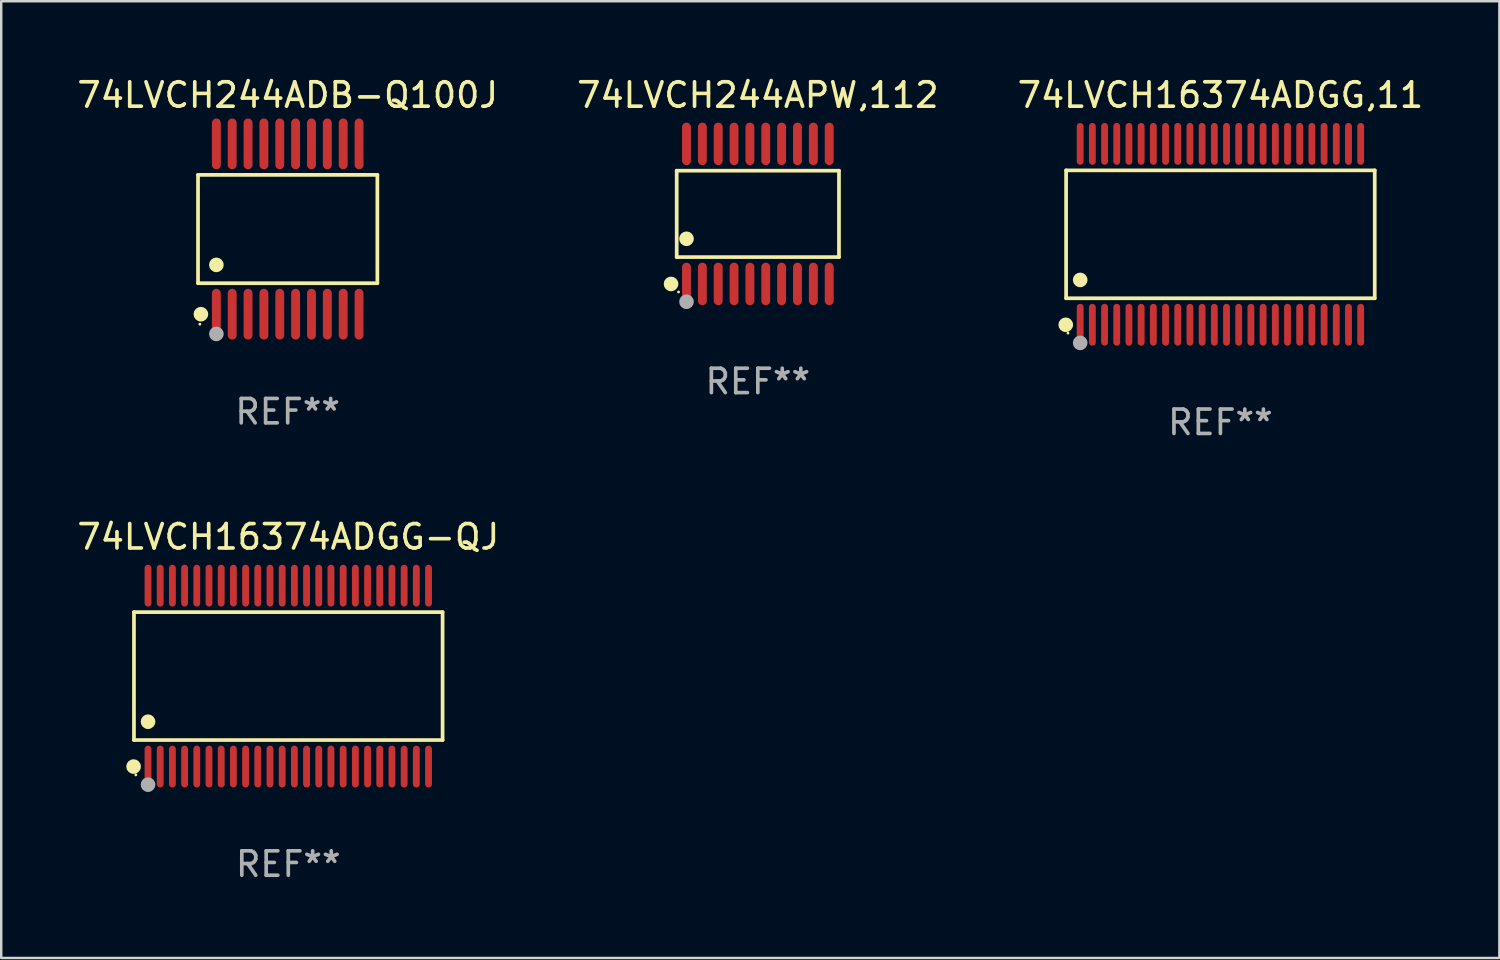
<source format=kicad_pcb>
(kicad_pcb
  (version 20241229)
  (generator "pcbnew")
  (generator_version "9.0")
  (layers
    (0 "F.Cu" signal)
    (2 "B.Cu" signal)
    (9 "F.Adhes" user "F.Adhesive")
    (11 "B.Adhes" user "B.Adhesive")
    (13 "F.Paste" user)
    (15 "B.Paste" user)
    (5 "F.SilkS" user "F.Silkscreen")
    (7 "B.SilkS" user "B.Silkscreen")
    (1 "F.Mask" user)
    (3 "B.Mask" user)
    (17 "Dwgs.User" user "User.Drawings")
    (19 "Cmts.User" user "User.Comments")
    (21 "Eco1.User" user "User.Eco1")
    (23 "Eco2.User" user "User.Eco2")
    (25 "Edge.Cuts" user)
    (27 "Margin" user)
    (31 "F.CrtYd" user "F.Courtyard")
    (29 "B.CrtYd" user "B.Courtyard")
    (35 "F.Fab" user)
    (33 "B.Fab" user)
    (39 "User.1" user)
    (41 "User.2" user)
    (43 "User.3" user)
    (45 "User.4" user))
  (footprint "74LVCH244APW,112"
    (layer "F.Cu")
    (at 28.018 5.719)
    (property "Reference" "74LVCH244APW,112" (at 0 -4.871 0) (layer "F.SilkS") (effects (font (size 1 1) (thickness 0.15))))
    (attr through_hole)
    (fp_line (start -3.326 -1.771) (end 3.326 -1.771) (stroke (width 0.152) (type solid)) (layer "F.SilkS"))
    (fp_line (start -3.326 1.771) (end -3.326 -1.771) (stroke (width 0.152) (type solid)) (layer "F.SilkS"))
    (fp_line (start 3.326 -1.771) (end 3.326 1.771) (stroke (width 0.152) (type solid)) (layer "F.SilkS"))
    (fp_line (start 3.326 1.771) (end -3.326 1.771) (stroke (width 0.152) (type solid)) (layer "F.SilkS"))
    (fp_circle (center -3.559 2.871) (end -3.409 2.871) (stroke (width 0.3) (type solid)) (fill no) (layer "F.SilkS"))
    (fp_circle (center -3.25 3.2) (end -3.22 3.2) (stroke (width 0.06) (type solid)) (fill no) (layer "F.SilkS"))
    (fp_circle (center -2.925 1.019) (end -2.775 1.019) (stroke (width 0.3) (type solid)) (fill no) (layer "F.SilkS"))
    (fp_circle (center -2.925 3.6) (end -2.775 3.6) (stroke (width 0.3) (type solid)) (fill no) (layer "F.Fab"))
    (fp_text user "REF**" (at 0 6.871 0) (layer "F.Fab") (effects (font (size 1 1) (thickness 0.15))))
    (pad "1" smd oval (at -2.925 2.871) (size 0.364 1.742) (layers "F.Cu" "F.Mask" "F.Paste"))
    (pad "2" smd oval (at -2.275 2.871) (size 0.364 1.742) (layers "F.Cu" "F.Mask" "F.Paste"))
    (pad "3" smd oval (at -1.625 2.871) (size 0.364 1.742) (layers "F.Cu" "F.Mask" "F.Paste"))
    (pad "4" smd oval (at -0.975 2.871) (size 0.364 1.742) (layers "F.Cu" "F.Mask" "F.Paste"))
    (pad "5" smd oval (at -0.325 2.871) (size 0.364 1.742) (layers "F.Cu" "F.Mask" "F.Paste"))
    (pad "6" smd oval (at 0.325 2.871) (size 0.364 1.742) (layers "F.Cu" "F.Mask" "F.Paste"))
    (pad "7" smd oval (at 0.975 2.871) (size 0.364 1.742) (layers "F.Cu" "F.Mask" "F.Paste"))
    (pad "8" smd oval (at 1.625 2.871) (size 0.364 1.742) (layers "F.Cu" "F.Mask" "F.Paste"))
    (pad "9" smd oval (at 2.275 2.871) (size 0.364 1.742) (layers "F.Cu" "F.Mask" "F.Paste"))
    (pad "10" smd oval (at 2.925 2.871) (size 0.364 1.742) (layers "F.Cu" "F.Mask" "F.Paste"))
    (pad "11" smd oval (at 2.925 -2.871) (size 0.364 1.742) (layers "F.Cu" "F.Mask" "F.Paste"))
    (pad "12" smd oval (at 2.275 -2.871) (size 0.364 1.742) (layers "F.Cu" "F.Mask" "F.Paste"))
    (pad "13" smd oval (at 1.625 -2.871) (size 0.364 1.742) (layers "F.Cu" "F.Mask" "F.Paste"))
    (pad "14" smd oval (at 0.975 -2.871) (size 0.364 1.742) (layers "F.Cu" "F.Mask" "F.Paste"))
    (pad "15" smd oval (at 0.325 -2.871) (size 0.364 1.742) (layers "F.Cu" "F.Mask" "F.Paste"))
    (pad "16" smd oval (at -0.325 -2.871) (size 0.364 1.742) (layers "F.Cu" "F.Mask" "F.Paste"))
    (pad "17" smd oval (at -0.975 -2.871) (size 0.364 1.742) (layers "F.Cu" "F.Mask" "F.Paste"))
    (pad "18" smd oval (at -1.625 -2.871) (size 0.364 1.742) (layers "F.Cu" "F.Mask" "F.Paste"))
    (pad "19" smd oval (at -2.275 -2.871) (size 0.364 1.742) (layers "F.Cu" "F.Mask" "F.Paste"))
    (pad "20" smd oval (at -2.925 -2.871) (size 0.364 1.742) (layers "F.Cu" "F.Mask" "F.Paste")))
  (footprint "74LVCH16374ADGG-QJ"
    (layer "F.Cu")
    (at 8.768 24.667)
    (property "Reference" "74LVCH16374ADGG-QJ" (at 0 -5.708 0) (layer "F.SilkS") (effects (font (size 1 1) (thickness 0.15))))
    (attr through_hole)
    (fp_line (start -6.326 -2.622) (end 6.326 -2.622) (stroke (width 0.152) (type solid)) (layer "F.SilkS"))
    (fp_line (start -6.326 2.621) (end -6.326 -2.622) (stroke (width 0.152) (type solid)) (layer "F.SilkS"))
    (fp_line (start 6.326 -2.622) (end 6.326 2.621) (stroke (width 0.152) (type solid)) (layer "F.SilkS"))
    (fp_line (start 6.326 2.621) (end -6.326 2.621) (stroke (width 0.152) (type solid)) (layer "F.SilkS"))
    (fp_circle (center -6.342 3.708) (end -6.192 3.708) (stroke (width 0.3) (type solid)) (fill no) (layer "F.SilkS"))
    (fp_circle (center -6.25 4.05) (end -6.22 4.05) (stroke (width 0.06) (type solid)) (fill no) (layer "F.SilkS"))
    (fp_circle (center -5.75 1.869) (end -5.6 1.869) (stroke (width 0.3) (type solid)) (fill no) (layer "F.SilkS"))
    (fp_circle (center -5.75 4.45) (end -5.6 4.45) (stroke (width 0.3) (type solid)) (fill no) (layer "F.Fab"))
    (fp_text user "REF**" (at 0 7.708 0) (layer "F.Fab") (effects (font (size 1 1) (thickness 0.15))))
    (pad "1" smd oval (at -5.75 3.708) (size 0.28 1.715) (layers "F.Cu" "F.Mask" "F.Paste"))
    (pad "2" smd oval (at -5.25 3.708) (size 0.28 1.715) (layers "F.Cu" "F.Mask" "F.Paste"))
    (pad "3" smd oval (at -4.75 3.708) (size 0.28 1.715) (layers "F.Cu" "F.Mask" "F.Paste"))
    (pad "4" smd oval (at -4.25 3.708) (size 0.28 1.715) (layers "F.Cu" "F.Mask" "F.Paste"))
    (pad "5" smd oval (at -3.75 3.708) (size 0.28 1.715) (layers "F.Cu" "F.Mask" "F.Paste"))
    (pad "6" smd oval (at -3.25 3.708) (size 0.28 1.715) (layers "F.Cu" "F.Mask" "F.Paste"))
    (pad "7" smd oval (at -2.75 3.708) (size 0.28 1.715) (layers "F.Cu" "F.Mask" "F.Paste"))
    (pad "8" smd oval (at -2.25 3.708) (size 0.28 1.715) (layers "F.Cu" "F.Mask" "F.Paste"))
    (pad "9" smd oval (at -1.75 3.708) (size 0.28 1.715) (layers "F.Cu" "F.Mask" "F.Paste"))
    (pad "10" smd oval (at -1.25 3.708) (size 0.28 1.715) (layers "F.Cu" "F.Mask" "F.Paste"))
    (pad "11" smd oval (at -0.75 3.708) (size 0.28 1.715) (layers "F.Cu" "F.Mask" "F.Paste"))
    (pad "12" smd oval (at -0.25 3.708) (size 0.28 1.715) (layers "F.Cu" "F.Mask" "F.Paste"))
    (pad "13" smd oval (at 0.25 3.708) (size 0.28 1.715) (layers "F.Cu" "F.Mask" "F.Paste"))
    (pad "14" smd oval (at 0.75 3.708) (size 0.28 1.715) (layers "F.Cu" "F.Mask" "F.Paste"))
    (pad "15" smd oval (at 1.25 3.708) (size 0.28 1.715) (layers "F.Cu" "F.Mask" "F.Paste"))
    (pad "16" smd oval (at 1.75 3.708) (size 0.28 1.715) (layers "F.Cu" "F.Mask" "F.Paste"))
    (pad "17" smd oval (at 2.25 3.708) (size 0.28 1.715) (layers "F.Cu" "F.Mask" "F.Paste"))
    (pad "18" smd oval (at 2.75 3.708) (size 0.28 1.715) (layers "F.Cu" "F.Mask" "F.Paste"))
    (pad "19" smd oval (at 3.25 3.708) (size 0.28 1.715) (layers "F.Cu" "F.Mask" "F.Paste"))
    (pad "20" smd oval (at 3.75 3.708) (size 0.28 1.715) (layers "F.Cu" "F.Mask" "F.Paste"))
    (pad "21" smd oval (at 4.25 3.708) (size 0.28 1.715) (layers "F.Cu" "F.Mask" "F.Paste"))
    (pad "22" smd oval (at 4.75 3.708) (size 0.28 1.715) (layers "F.Cu" "F.Mask" "F.Paste"))
    (pad "23" smd oval (at 5.25 3.708) (size 0.28 1.715) (layers "F.Cu" "F.Mask" "F.Paste"))
    (pad "24" smd oval (at 5.75 3.708) (size 0.28 1.715) (layers "F.Cu" "F.Mask" "F.Paste"))
    (pad "25" smd oval (at 5.75 -3.708) (size 0.28 1.715) (layers "F.Cu" "F.Mask" "F.Paste"))
    (pad "26" smd oval (at 5.25 -3.708) (size 0.28 1.715) (layers "F.Cu" "F.Mask" "F.Paste"))
    (pad "27" smd oval (at 4.75 -3.708) (size 0.28 1.715) (layers "F.Cu" "F.Mask" "F.Paste"))
    (pad "28" smd oval (at 4.25 -3.708) (size 0.28 1.715) (layers "F.Cu" "F.Mask" "F.Paste"))
    (pad "29" smd oval (at 3.75 -3.708) (size 0.28 1.715) (layers "F.Cu" "F.Mask" "F.Paste"))
    (pad "30" smd oval (at 3.25 -3.708) (size 0.28 1.715) (layers "F.Cu" "F.Mask" "F.Paste"))
    (pad "31" smd oval (at 2.75 -3.708) (size 0.28 1.715) (layers "F.Cu" "F.Mask" "F.Paste"))
    (pad "32" smd oval (at 2.25 -3.708) (size 0.28 1.715) (layers "F.Cu" "F.Mask" "F.Paste"))
    (pad "33" smd oval (at 1.75 -3.708) (size 0.28 1.715) (layers "F.Cu" "F.Mask" "F.Paste"))
    (pad "34" smd oval (at 1.25 -3.708) (size 0.28 1.715) (layers "F.Cu" "F.Mask" "F.Paste"))
    (pad "35" smd oval (at 0.75 -3.708) (size 0.28 1.715) (layers "F.Cu" "F.Mask" "F.Paste"))
    (pad "36" smd oval (at 0.25 -3.708) (size 0.28 1.715) (layers "F.Cu" "F.Mask" "F.Paste"))
    (pad "37" smd oval (at -0.25 -3.708) (size 0.28 1.715) (layers "F.Cu" "F.Mask" "F.Paste"))
    (pad "38" smd oval (at -0.75 -3.708) (size 0.28 1.715) (layers "F.Cu" "F.Mask" "F.Paste"))
    (pad "39" smd oval (at -1.25 -3.708) (size 0.28 1.715) (layers "F.Cu" "F.Mask" "F.Paste"))
    (pad "40" smd oval (at -1.75 -3.708) (size 0.28 1.715) (layers "F.Cu" "F.Mask" "F.Paste"))
    (pad "41" smd oval (at -2.25 -3.708) (size 0.28 1.715) (layers "F.Cu" "F.Mask" "F.Paste"))
    (pad "42" smd oval (at -2.75 -3.708) (size 0.28 1.715) (layers "F.Cu" "F.Mask" "F.Paste"))
    (pad "43" smd oval (at -3.25 -3.708) (size 0.28 1.715) (layers "F.Cu" "F.Mask" "F.Paste"))
    (pad "44" smd oval (at -3.75 -3.708) (size 0.28 1.715) (layers "F.Cu" "F.Mask" "F.Paste"))
    (pad "45" smd oval (at -4.25 -3.708) (size 0.28 1.715) (layers "F.Cu" "F.Mask" "F.Paste"))
    (pad "46" smd oval (at -4.75 -3.708) (size 0.28 1.715) (layers "F.Cu" "F.Mask" "F.Paste"))
    (pad "47" smd oval (at -5.25 -3.708) (size 0.28 1.715) (layers "F.Cu" "F.Mask" "F.Paste"))
    (pad "48" smd oval (at -5.75 -3.708) (size 0.28 1.715) (layers "F.Cu" "F.Mask" "F.Paste")))
  (footprint "74LVCH16374ADGG,11"
    (layer "F.Cu")
    (at 46.982 6.556)
    (property "Reference" "74LVCH16374ADGG,11" (at 0 -5.708 0) (layer "F.SilkS") (effects (font (size 1 1) (thickness 0.15))))
    (attr through_hole)
    (fp_line (start -6.326 -2.622) (end 6.326 -2.622) (stroke (width 0.152) (type solid)) (layer "F.SilkS"))
    (fp_line (start -6.326 2.621) (end -6.326 -2.622) (stroke (width 0.152) (type solid)) (layer "F.SilkS"))
    (fp_line (start 6.326 -2.622) (end 6.326 2.621) (stroke (width 0.152) (type solid)) (layer "F.SilkS"))
    (fp_line (start 6.326 2.621) (end -6.326 2.621) (stroke (width 0.152) (type solid)) (layer "F.SilkS"))
    (fp_circle (center -6.342 3.708) (end -6.192 3.708) (stroke (width 0.3) (type solid)) (fill no) (layer "F.SilkS"))
    (fp_circle (center -6.25 4.05) (end -6.22 4.05) (stroke (width 0.06) (type solid)) (fill no) (layer "F.SilkS"))
    (fp_circle (center -5.75 1.869) (end -5.6 1.869) (stroke (width 0.3) (type solid)) (fill no) (layer "F.SilkS"))
    (fp_circle (center -5.75 4.45) (end -5.6 4.45) (stroke (width 0.3) (type solid)) (fill no) (layer "F.Fab"))
    (fp_text user "REF**" (at 0 7.708 0) (layer "F.Fab") (effects (font (size 1 1) (thickness 0.15))))
    (pad "1" smd oval (at -5.75 3.708) (size 0.28 1.715) (layers "F.Cu" "F.Mask" "F.Paste"))
    (pad "2" smd oval (at -5.25 3.708) (size 0.28 1.715) (layers "F.Cu" "F.Mask" "F.Paste"))
    (pad "3" smd oval (at -4.75 3.708) (size 0.28 1.715) (layers "F.Cu" "F.Mask" "F.Paste"))
    (pad "4" smd oval (at -4.25 3.708) (size 0.28 1.715) (layers "F.Cu" "F.Mask" "F.Paste"))
    (pad "5" smd oval (at -3.75 3.708) (size 0.28 1.715) (layers "F.Cu" "F.Mask" "F.Paste"))
    (pad "6" smd oval (at -3.25 3.708) (size 0.28 1.715) (layers "F.Cu" "F.Mask" "F.Paste"))
    (pad "7" smd oval (at -2.75 3.708) (size 0.28 1.715) (layers "F.Cu" "F.Mask" "F.Paste"))
    (pad "8" smd oval (at -2.25 3.708) (size 0.28 1.715) (layers "F.Cu" "F.Mask" "F.Paste"))
    (pad "9" smd oval (at -1.75 3.708) (size 0.28 1.715) (layers "F.Cu" "F.Mask" "F.Paste"))
    (pad "10" smd oval (at -1.25 3.708) (size 0.28 1.715) (layers "F.Cu" "F.Mask" "F.Paste"))
    (pad "11" smd oval (at -0.75 3.708) (size 0.28 1.715) (layers "F.Cu" "F.Mask" "F.Paste"))
    (pad "12" smd oval (at -0.25 3.708) (size 0.28 1.715) (layers "F.Cu" "F.Mask" "F.Paste"))
    (pad "13" smd oval (at 0.25 3.708) (size 0.28 1.715) (layers "F.Cu" "F.Mask" "F.Paste"))
    (pad "14" smd oval (at 0.75 3.708) (size 0.28 1.715) (layers "F.Cu" "F.Mask" "F.Paste"))
    (pad "15" smd oval (at 1.25 3.708) (size 0.28 1.715) (layers "F.Cu" "F.Mask" "F.Paste"))
    (pad "16" smd oval (at 1.75 3.708) (size 0.28 1.715) (layers "F.Cu" "F.Mask" "F.Paste"))
    (pad "17" smd oval (at 2.25 3.708) (size 0.28 1.715) (layers "F.Cu" "F.Mask" "F.Paste"))
    (pad "18" smd oval (at 2.75 3.708) (size 0.28 1.715) (layers "F.Cu" "F.Mask" "F.Paste"))
    (pad "19" smd oval (at 3.25 3.708) (size 0.28 1.715) (layers "F.Cu" "F.Mask" "F.Paste"))
    (pad "20" smd oval (at 3.75 3.708) (size 0.28 1.715) (layers "F.Cu" "F.Mask" "F.Paste"))
    (pad "21" smd oval (at 4.25 3.708) (size 0.28 1.715) (layers "F.Cu" "F.Mask" "F.Paste"))
    (pad "22" smd oval (at 4.75 3.708) (size 0.28 1.715) (layers "F.Cu" "F.Mask" "F.Paste"))
    (pad "23" smd oval (at 5.25 3.708) (size 0.28 1.715) (layers "F.Cu" "F.Mask" "F.Paste"))
    (pad "24" smd oval (at 5.75 3.708) (size 0.28 1.715) (layers "F.Cu" "F.Mask" "F.Paste"))
    (pad "25" smd oval (at 5.75 -3.708) (size 0.28 1.715) (layers "F.Cu" "F.Mask" "F.Paste"))
    (pad "26" smd oval (at 5.25 -3.708) (size 0.28 1.715) (layers "F.Cu" "F.Mask" "F.Paste"))
    (pad "27" smd oval (at 4.75 -3.708) (size 0.28 1.715) (layers "F.Cu" "F.Mask" "F.Paste"))
    (pad "28" smd oval (at 4.25 -3.708) (size 0.28 1.715) (layers "F.Cu" "F.Mask" "F.Paste"))
    (pad "29" smd oval (at 3.75 -3.708) (size 0.28 1.715) (layers "F.Cu" "F.Mask" "F.Paste"))
    (pad "30" smd oval (at 3.25 -3.708) (size 0.28 1.715) (layers "F.Cu" "F.Mask" "F.Paste"))
    (pad "31" smd oval (at 2.75 -3.708) (size 0.28 1.715) (layers "F.Cu" "F.Mask" "F.Paste"))
    (pad "32" smd oval (at 2.25 -3.708) (size 0.28 1.715) (layers "F.Cu" "F.Mask" "F.Paste"))
    (pad "33" smd oval (at 1.75 -3.708) (size 0.28 1.715) (layers "F.Cu" "F.Mask" "F.Paste"))
    (pad "34" smd oval (at 1.25 -3.708) (size 0.28 1.715) (layers "F.Cu" "F.Mask" "F.Paste"))
    (pad "35" smd oval (at 0.75 -3.708) (size 0.28 1.715) (layers "F.Cu" "F.Mask" "F.Paste"))
    (pad "36" smd oval (at 0.25 -3.708) (size 0.28 1.715) (layers "F.Cu" "F.Mask" "F.Paste"))
    (pad "37" smd oval (at -0.25 -3.708) (size 0.28 1.715) (layers "F.Cu" "F.Mask" "F.Paste"))
    (pad "38" smd oval (at -0.75 -3.708) (size 0.28 1.715) (layers "F.Cu" "F.Mask" "F.Paste"))
    (pad "39" smd oval (at -1.25 -3.708) (size 0.28 1.715) (layers "F.Cu" "F.Mask" "F.Paste"))
    (pad "40" smd oval (at -1.75 -3.708) (size 0.28 1.715) (layers "F.Cu" "F.Mask" "F.Paste"))
    (pad "41" smd oval (at -2.25 -3.708) (size 0.28 1.715) (layers "F.Cu" "F.Mask" "F.Paste"))
    (pad "42" smd oval (at -2.75 -3.708) (size 0.28 1.715) (layers "F.Cu" "F.Mask" "F.Paste"))
    (pad "43" smd oval (at -3.25 -3.708) (size 0.28 1.715) (layers "F.Cu" "F.Mask" "F.Paste"))
    (pad "44" smd oval (at -3.75 -3.708) (size 0.28 1.715) (layers "F.Cu" "F.Mask" "F.Paste"))
    (pad "45" smd oval (at -4.25 -3.708) (size 0.28 1.715) (layers "F.Cu" "F.Mask" "F.Paste"))
    (pad "46" smd oval (at -4.75 -3.708) (size 0.28 1.715) (layers "F.Cu" "F.Mask" "F.Paste"))
    (pad "47" smd oval (at -5.25 -3.708) (size 0.28 1.715) (layers "F.Cu" "F.Mask" "F.Paste"))
    (pad "48" smd oval (at -5.75 -3.708) (size 0.28 1.715) (layers "F.Cu" "F.Mask" "F.Paste")))
  (footprint "74LVCH244ADB-Q100J"
    (layer "F.Cu")
    (at 8.744 6.339)
    (property "Reference" "74LVCH244ADB-Q100J" (at 0 -5.491 0) (layer "F.SilkS") (effects (font (size 1 1) (thickness 0.15))))
    (attr through_hole)
    (fp_line (start -3.676 -2.221) (end 3.676 -2.221) (stroke (width 0.152) (type solid)) (layer "F.SilkS"))
    (fp_line (start -3.676 2.221) (end -3.676 -2.221) (stroke (width 0.152) (type solid)) (layer "F.SilkS"))
    (fp_line (start 3.676 -2.221) (end 3.676 2.221) (stroke (width 0.152) (type solid)) (layer "F.SilkS"))
    (fp_line (start 3.676 2.221) (end -3.676 2.221) (stroke (width 0.152) (type solid)) (layer "F.SilkS"))
    (fp_circle (center -3.6 3.9) (end -3.57 3.9) (stroke (width 0.06) (type solid)) (fill no) (layer "F.SilkS"))
    (fp_circle (center -3.559 3.491) (end -3.409 3.491) (stroke (width 0.3) (type solid)) (fill no) (layer "F.SilkS"))
    (fp_circle (center -2.925 1.469) (end -2.775 1.469) (stroke (width 0.3) (type solid)) (fill no) (layer "F.SilkS"))
    (fp_circle (center -2.925 4.3) (end -2.775 4.3) (stroke (width 0.3) (type solid)) (fill no) (layer "F.Fab"))
    (fp_text user "REF**" (at 0 7.491 0) (layer "F.Fab") (effects (font (size 1 1) (thickness 0.15))))
    (pad "1" smd oval (at -2.925 3.491) (size 0.364 2.082) (layers "F.Cu" "F.Mask" "F.Paste"))
    (pad "2" smd oval (at -2.275 3.491) (size 0.364 2.082) (layers "F.Cu" "F.Mask" "F.Paste"))
    (pad "3" smd oval (at -1.625 3.491) (size 0.364 2.082) (layers "F.Cu" "F.Mask" "F.Paste"))
    (pad "4" smd oval (at -0.975 3.491) (size 0.364 2.082) (layers "F.Cu" "F.Mask" "F.Paste"))
    (pad "5" smd oval (at -0.325 3.491) (size 0.364 2.082) (layers "F.Cu" "F.Mask" "F.Paste"))
    (pad "6" smd oval (at 0.325 3.491) (size 0.364 2.082) (layers "F.Cu" "F.Mask" "F.Paste"))
    (pad "7" smd oval (at 0.975 3.491) (size 0.364 2.082) (layers "F.Cu" "F.Mask" "F.Paste"))
    (pad "8" smd oval (at 1.625 3.491) (size 0.364 2.082) (layers "F.Cu" "F.Mask" "F.Paste"))
    (pad "9" smd oval (at 2.275 3.491) (size 0.364 2.082) (layers "F.Cu" "F.Mask" "F.Paste"))
    (pad "10" smd oval (at 2.925 3.491) (size 0.364 2.082) (layers "F.Cu" "F.Mask" "F.Paste"))
    (pad "11" smd oval (at 2.925 -3.491) (size 0.364 2.082) (layers "F.Cu" "F.Mask" "F.Paste"))
    (pad "12" smd oval (at 2.275 -3.491) (size 0.364 2.082) (layers "F.Cu" "F.Mask" "F.Paste"))
    (pad "13" smd oval (at 1.625 -3.491) (size 0.364 2.082) (layers "F.Cu" "F.Mask" "F.Paste"))
    (pad "14" smd oval (at 0.975 -3.491) (size 0.364 2.082) (layers "F.Cu" "F.Mask" "F.Paste"))
    (pad "15" smd oval (at 0.325 -3.491) (size 0.364 2.082) (layers "F.Cu" "F.Mask" "F.Paste"))
    (pad "16" smd oval (at -0.325 -3.491) (size 0.364 2.082) (layers "F.Cu" "F.Mask" "F.Paste"))
    (pad "17" smd oval (at -0.975 -3.491) (size 0.364 2.082) (layers "F.Cu" "F.Mask" "F.Paste"))
    (pad "18" smd oval (at -1.625 -3.491) (size 0.364 2.082) (layers "F.Cu" "F.Mask" "F.Paste"))
    (pad "19" smd oval (at -2.275 -3.491) (size 0.364 2.082) (layers "F.Cu" "F.Mask" "F.Paste"))
    (pad "20" smd oval (at -2.925 -3.491) (size 0.364 2.082) (layers "F.Cu" "F.Mask" "F.Paste")))
  (gr_rect
    (start -3 -3)
    (end 58.417 36.223)
    (stroke (width 0.1) (type default))
    (fill no)
    (layer "Edge.Cuts")))
</source>
